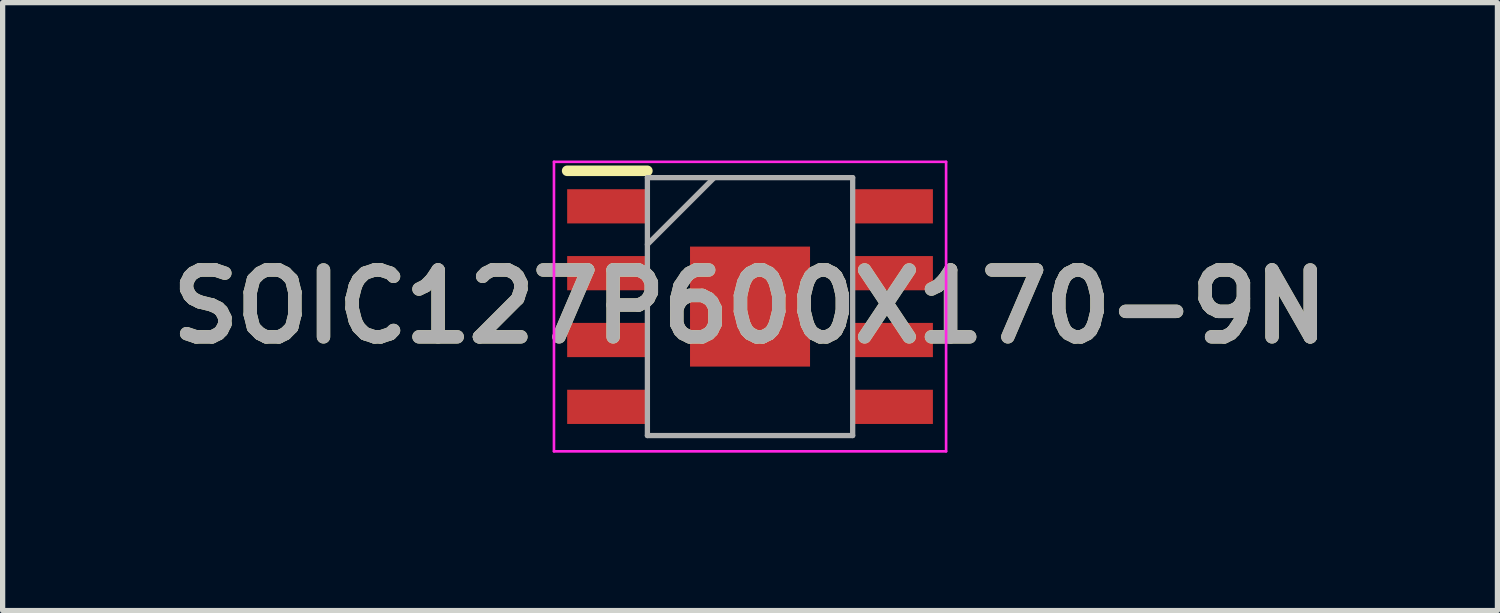
<source format=kicad_pcb>
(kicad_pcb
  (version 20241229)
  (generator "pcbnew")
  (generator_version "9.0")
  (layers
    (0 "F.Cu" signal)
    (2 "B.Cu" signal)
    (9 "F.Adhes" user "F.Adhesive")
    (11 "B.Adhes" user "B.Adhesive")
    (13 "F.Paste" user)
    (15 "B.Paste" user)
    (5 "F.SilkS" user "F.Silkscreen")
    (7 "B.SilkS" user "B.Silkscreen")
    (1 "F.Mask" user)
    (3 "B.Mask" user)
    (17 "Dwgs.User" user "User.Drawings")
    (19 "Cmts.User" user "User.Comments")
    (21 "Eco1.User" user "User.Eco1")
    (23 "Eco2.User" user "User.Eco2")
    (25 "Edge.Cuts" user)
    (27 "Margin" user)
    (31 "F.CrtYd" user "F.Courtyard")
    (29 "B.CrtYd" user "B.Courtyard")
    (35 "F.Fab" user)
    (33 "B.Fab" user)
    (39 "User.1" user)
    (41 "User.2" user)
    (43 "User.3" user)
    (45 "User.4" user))
  (footprint "SOIC127P600X170-9N"
    (layer "F.Cu")
    (at 11.2 2.775)
    (property "Reference" "SOIC127P600X170-9N" (at 0 0 0) (layer "F.SilkS") (effects (font (size 1.27 1.27) (thickness 0.254))))
    (attr smd)
    (fp_line (start -3.475 -2.58) (end -1.95 -2.58) (stroke (width 0.2) (type solid)) (layer "F.SilkS"))
    (fp_line (start -3.725 -2.75) (end 3.725 -2.75) (stroke (width 0.05) (type solid)) (layer "F.CrtYd"))
    (fp_line (start -3.725 2.75) (end -3.725 -2.75) (stroke (width 0.05) (type solid)) (layer "F.CrtYd"))
    (fp_line (start 3.725 -2.75) (end 3.725 2.75) (stroke (width 0.05) (type solid)) (layer "F.CrtYd"))
    (fp_line (start 3.725 2.75) (end -3.725 2.75) (stroke (width 0.05) (type solid)) (layer "F.CrtYd"))
    (fp_line (start -1.95 -2.45) (end 1.95 -2.45) (stroke (width 0.1) (type solid)) (layer "F.Fab"))
    (fp_line (start -1.95 -1.18) (end -0.68 -2.45) (stroke (width 0.1) (type solid)) (layer "F.Fab"))
    (fp_line (start -1.95 2.45) (end -1.95 -2.45) (stroke (width 0.1) (type solid)) (layer "F.Fab"))
    (fp_line (start 1.95 -2.45) (end 1.95 2.45) (stroke (width 0.1) (type solid)) (layer "F.Fab"))
    (fp_line (start 1.95 2.45) (end -1.95 2.45) (stroke (width 0.1) (type solid)) (layer "F.Fab"))
    (fp_text user "${REFERENCE}" (at 0 0 0) (layer "F.Fab") (effects (font (size 1.27 1.27) (thickness 0.254))))
    (pad "1" smd rect (at -2.712 -1.905 90) (size 0.65 1.525) (layers "F.Cu" "F.Mask" "F.Paste"))
    (pad "2" smd rect (at -2.712 -0.635 90) (size 0.65 1.525) (layers "F.Cu" "F.Mask" "F.Paste"))
    (pad "3" smd rect (at -2.712 0.635 90) (size 0.65 1.525) (layers "F.Cu" "F.Mask" "F.Paste"))
    (pad "4" smd rect (at -2.712 1.905 90) (size 0.65 1.525) (layers "F.Cu" "F.Mask" "F.Paste"))
    (pad "5" smd rect (at 2.712 1.905 90) (size 0.65 1.525) (layers "F.Cu" "F.Mask" "F.Paste"))
    (pad "6" smd rect (at 2.712 0.635 90) (size 0.65 1.525) (layers "F.Cu" "F.Mask" "F.Paste"))
    (pad "7" smd rect (at 2.712 -0.635 90) (size 0.65 1.525) (layers "F.Cu" "F.Mask" "F.Paste"))
    (pad "8" smd rect (at 2.712 -1.905 90) (size 0.65 1.525) (layers "F.Cu" "F.Mask" "F.Paste"))
    (pad "9" smd rect (at 0 0) (size 2.28 2.28) (layers "F.Cu" "F.Mask" "F.Paste")))
  (gr_rect
    (start -3 -3)
    (end 25.4 8.55)
    (stroke (width 0.1) (type default))
    (fill no)
    (layer "Edge.Cuts")))
</source>
